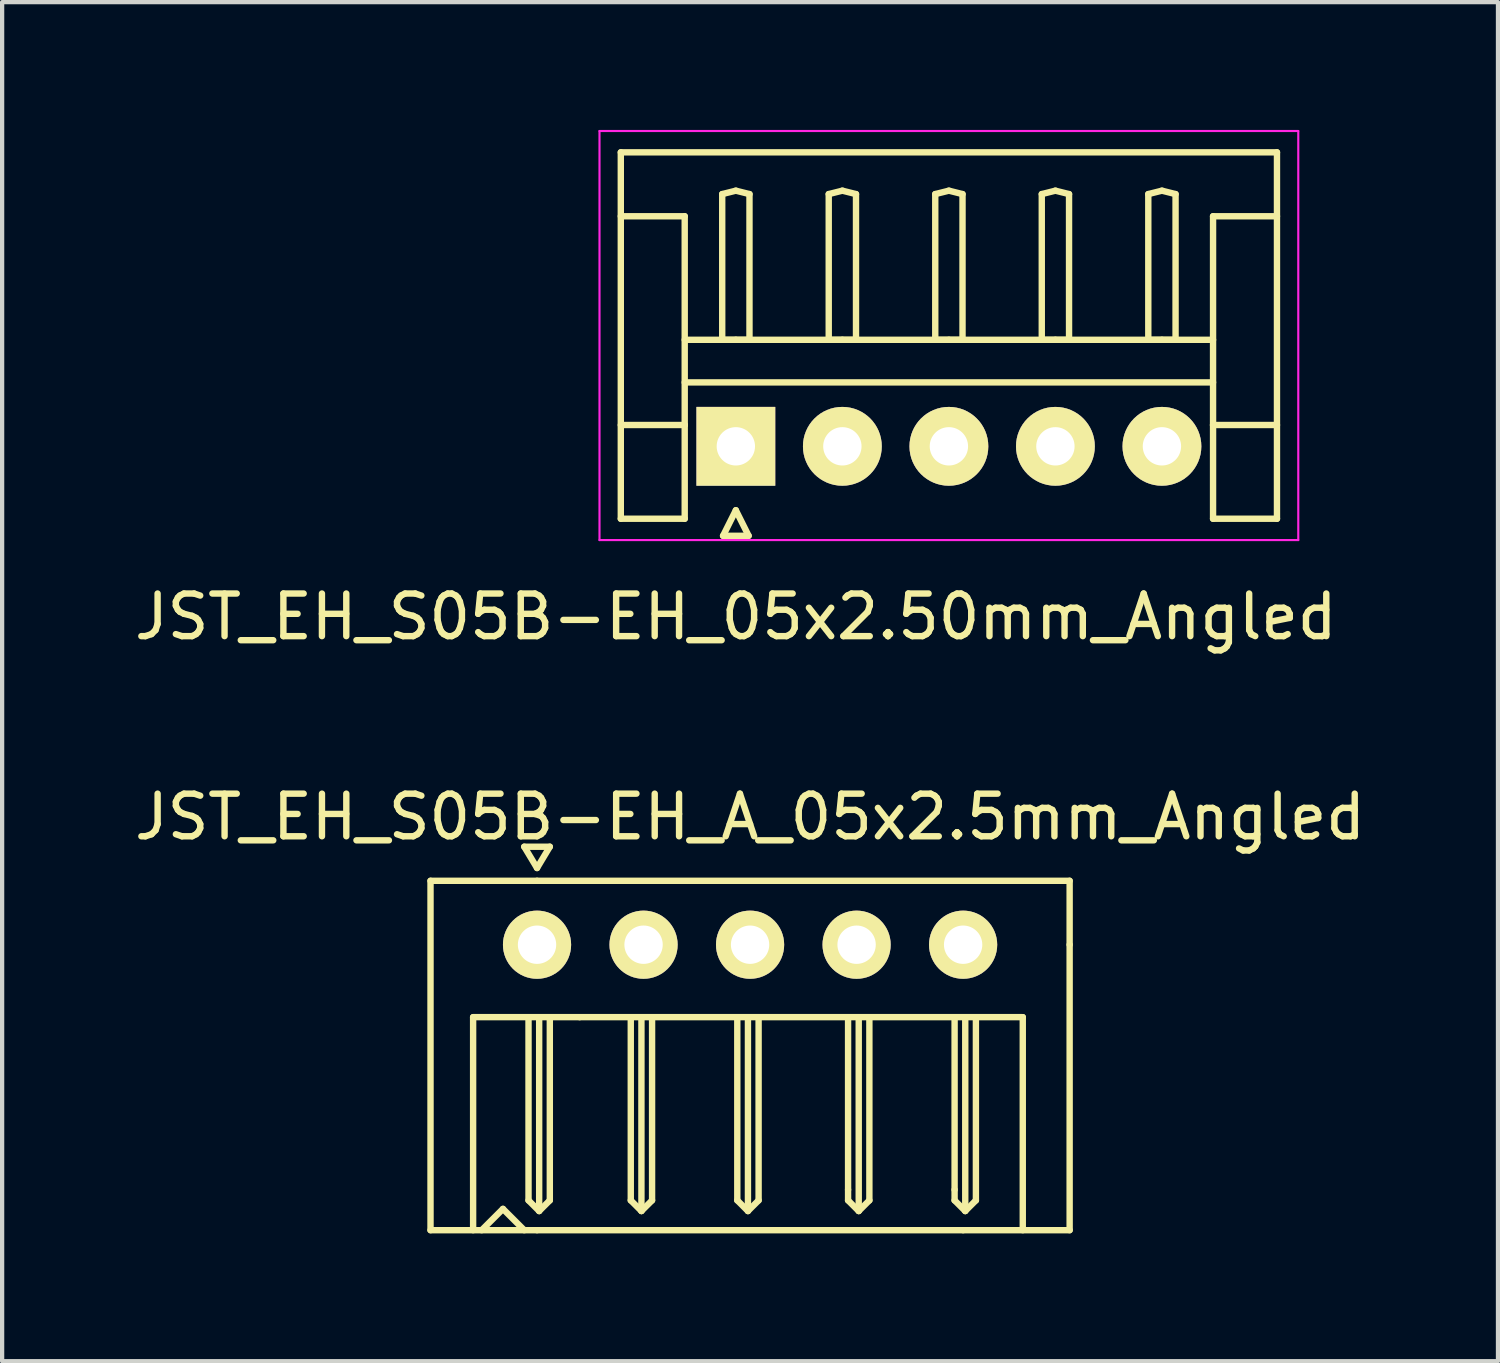
<source format=kicad_pcb>
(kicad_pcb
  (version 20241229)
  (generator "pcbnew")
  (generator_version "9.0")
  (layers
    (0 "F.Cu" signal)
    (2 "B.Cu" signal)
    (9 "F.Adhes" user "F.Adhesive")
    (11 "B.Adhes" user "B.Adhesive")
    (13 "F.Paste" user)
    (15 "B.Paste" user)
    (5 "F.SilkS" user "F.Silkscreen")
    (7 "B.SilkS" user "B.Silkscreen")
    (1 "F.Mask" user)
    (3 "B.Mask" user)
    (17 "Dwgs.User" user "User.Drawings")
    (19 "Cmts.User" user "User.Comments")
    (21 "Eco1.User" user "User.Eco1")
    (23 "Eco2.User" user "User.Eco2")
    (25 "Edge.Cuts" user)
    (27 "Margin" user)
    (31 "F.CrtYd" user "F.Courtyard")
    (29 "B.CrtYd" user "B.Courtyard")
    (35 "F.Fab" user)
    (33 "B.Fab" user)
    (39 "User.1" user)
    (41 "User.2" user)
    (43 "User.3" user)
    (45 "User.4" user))
  (footprint "JST_EH_S05B-EH_05x2.50mm_Angled"
    (layer "F.Cu")
    (at 14.22 7.425)
    (property "Reference" "JST_EH_S05B-EH_05x2.50mm_Angled" (at 0 4 0) (layer "F.SilkS") (effects (font (size 1 1) (thickness 0.15))))
    (attr through_hole)
    (fp_line (start -2.7 -6.9) (end 12.7 -6.9) (stroke (width 0.15) (type solid)) (layer "F.SilkS"))
    (fp_line (start -2.7 -5.4) (end -1.2 -5.4) (stroke (width 0.15) (type solid)) (layer "F.SilkS"))
    (fp_line (start -2.7 1.7) (end -2.7 -6.9) (stroke (width 0.15) (type solid)) (layer "F.SilkS"))
    (fp_line (start -1.2 -5.4) (end -1.2 -0.5) (stroke (width 0.15) (type solid)) (layer "F.SilkS"))
    (fp_line (start -1.2 -2.5) (end 11.2 -2.5) (stroke (width 0.15) (type solid)) (layer "F.SilkS"))
    (fp_line (start -1.2 -1.5) (end 11.2 -1.5) (stroke (width 0.15) (type solid)) (layer "F.SilkS"))
    (fp_line (start -1.2 -0.5) (end -2.7 -0.5) (stroke (width 0.15) (type solid)) (layer "F.SilkS"))
    (fp_line (start -1.2 -0.5) (end -1.2 1.7) (stroke (width 0.15) (type solid)) (layer "F.SilkS"))
    (fp_line (start -1.2 1.7) (end -2.7 1.7) (stroke (width 0.15) (type solid)) (layer "F.SilkS"))
    (fp_line (start -0.32 -5.92) (end 0 -6) (stroke (width 0.15) (type solid)) (layer "F.SilkS"))
    (fp_line (start -0.32 -2.5) (end -0.32 -5.92) (stroke (width 0.15) (type solid)) (layer "F.SilkS"))
    (fp_line (start -0.3 2.1) (end 0.3 2.1) (stroke (width 0.15) (type solid)) (layer "F.SilkS"))
    (fp_line (start 0 -6) (end 0.32 -5.92) (stroke (width 0.15) (type solid)) (layer "F.SilkS"))
    (fp_line (start 0 -2.5) (end -0.32 -2.5) (stroke (width 0.15) (type solid)) (layer "F.SilkS"))
    (fp_line (start 0 1.5) (end -0.3 2.1) (stroke (width 0.15) (type solid)) (layer "F.SilkS"))
    (fp_line (start 0.3 2.1) (end 0 1.5) (stroke (width 0.15) (type solid)) (layer "F.SilkS"))
    (fp_line (start 0.32 -5.92) (end 0.32 -2.5) (stroke (width 0.15) (type solid)) (layer "F.SilkS"))
    (fp_line (start 0.32 -2.5) (end 0 -2.5) (stroke (width 0.15) (type solid)) (layer "F.SilkS"))
    (fp_line (start 2.18 -5.92) (end 2.5 -6) (stroke (width 0.15) (type solid)) (layer "F.SilkS"))
    (fp_line (start 2.18 -2.5) (end 2.18 -5.92) (stroke (width 0.15) (type solid)) (layer "F.SilkS"))
    (fp_line (start 2.5 -6) (end 2.82 -5.92) (stroke (width 0.15) (type solid)) (layer "F.SilkS"))
    (fp_line (start 2.5 -2.5) (end 2.18 -2.5) (stroke (width 0.15) (type solid)) (layer "F.SilkS"))
    (fp_line (start 2.82 -5.92) (end 2.82 -2.5) (stroke (width 0.15) (type solid)) (layer "F.SilkS"))
    (fp_line (start 2.82 -2.5) (end 2.5 -2.5) (stroke (width 0.15) (type solid)) (layer "F.SilkS"))
    (fp_line (start 4.68 -5.92) (end 5 -6) (stroke (width 0.15) (type solid)) (layer "F.SilkS"))
    (fp_line (start 4.68 -2.5) (end 4.68 -5.92) (stroke (width 0.15) (type solid)) (layer "F.SilkS"))
    (fp_line (start 5 -6) (end 5.32 -5.92) (stroke (width 0.15) (type solid)) (layer "F.SilkS"))
    (fp_line (start 5 -2.5) (end 4.68 -2.5) (stroke (width 0.15) (type solid)) (layer "F.SilkS"))
    (fp_line (start 5.32 -5.92) (end 5.32 -2.5) (stroke (width 0.15) (type solid)) (layer "F.SilkS"))
    (fp_line (start 5.32 -2.5) (end 5 -2.5) (stroke (width 0.15) (type solid)) (layer "F.SilkS"))
    (fp_line (start 7.18 -5.92) (end 7.5 -6) (stroke (width 0.15) (type solid)) (layer "F.SilkS"))
    (fp_line (start 7.18 -2.5) (end 7.18 -5.92) (stroke (width 0.15) (type solid)) (layer "F.SilkS"))
    (fp_line (start 7.5 -6) (end 7.82 -5.92) (stroke (width 0.15) (type solid)) (layer "F.SilkS"))
    (fp_line (start 7.5 -2.5) (end 7.18 -2.5) (stroke (width 0.15) (type solid)) (layer "F.SilkS"))
    (fp_line (start 7.82 -5.92) (end 7.82 -2.5) (stroke (width 0.15) (type solid)) (layer "F.SilkS"))
    (fp_line (start 7.82 -2.5) (end 7.5 -2.5) (stroke (width 0.15) (type solid)) (layer "F.SilkS"))
    (fp_line (start 9.68 -5.92) (end 10 -6) (stroke (width 0.15) (type solid)) (layer "F.SilkS"))
    (fp_line (start 9.68 -2.5) (end 9.68 -5.92) (stroke (width 0.15) (type solid)) (layer "F.SilkS"))
    (fp_line (start 10 -6) (end 10.32 -5.92) (stroke (width 0.15) (type solid)) (layer "F.SilkS"))
    (fp_line (start 10 -2.5) (end 9.68 -2.5) (stroke (width 0.15) (type solid)) (layer "F.SilkS"))
    (fp_line (start 10.32 -5.92) (end 10.32 -2.5) (stroke (width 0.15) (type solid)) (layer "F.SilkS"))
    (fp_line (start 10.32 -2.5) (end 10 -2.5) (stroke (width 0.15) (type solid)) (layer "F.SilkS"))
    (fp_line (start 11.2 -5.4) (end 11.2 -0.5) (stroke (width 0.15) (type solid)) (layer "F.SilkS"))
    (fp_line (start 11.2 -0.5) (end 12.7 -0.5) (stroke (width 0.15) (type solid)) (layer "F.SilkS"))
    (fp_line (start 11.2 1.7) (end 11.2 -0.5) (stroke (width 0.15) (type solid)) (layer "F.SilkS"))
    (fp_line (start 12.7 -6.9) (end 12.7 1.7) (stroke (width 0.15) (type solid)) (layer "F.SilkS"))
    (fp_line (start 12.7 -5.4) (end 11.2 -5.4) (stroke (width 0.15) (type solid)) (layer "F.SilkS"))
    (fp_line (start 12.7 1.7) (end 11.2 1.7) (stroke (width 0.15) (type solid)) (layer "F.SilkS"))
    (fp_line (start -3.2 -7.4) (end -3.2 2.2) (stroke (width 0.05) (type solid)) (layer "F.CrtYd"))
    (fp_line (start -3.2 2.2) (end 13.2 2.2) (stroke (width 0.05) (type solid)) (layer "F.CrtYd"))
    (fp_line (start 13.2 -7.4) (end -3.2 -7.4) (stroke (width 0.05) (type solid)) (layer "F.CrtYd"))
    (fp_line (start 13.2 2.2) (end 13.2 -7.4) (stroke (width 0.05) (type solid)) (layer "F.CrtYd"))
    (pad "1" thru_hole rect (at 0 0) (size 1.85 1.85) (drill 0.9) (layers "*.Cu" "*.Mask" "F.SilkS"))
    (pad "2" thru_hole circle (at 2.5 0) (size 1.85 1.85) (drill 0.9) (layers "*.Cu" "*.Mask" "F.SilkS"))
    (pad "3" thru_hole circle (at 5 0) (size 1.85 1.85) (drill 0.9) (layers "*.Cu" "*.Mask" "F.SilkS"))
    (pad "4" thru_hole circle (at 7.5 0) (size 1.85 1.85) (drill 0.9) (layers "*.Cu" "*.Mask" "F.SilkS"))
    (pad "5" thru_hole circle (at 10 0) (size 1.85 1.85) (drill 0.9) (layers "*.Cu" "*.Mask" "F.SilkS")))
  (footprint "JST_EH_S05B-EH_A_05x2.5mm_Angled"
    (layer "F.Cu")
    (at 14.554 19.122)
    (property "Reference" "JST_EH_S05B-EH_A_05x2.5mm_Angled" (at 0 -3 0) (layer "F.SilkS") (effects (font (size 1 1) (thickness 0.15))))
    (attr through_hole)
    (fp_line (start -7.5 -1.5) (end -7.5 6.7) (stroke (width 0.15) (type solid)) (layer "F.SilkS"))
    (fp_line (start -7.5 6.7) (end -5 6.7) (stroke (width 0.15) (type solid)) (layer "F.SilkS"))
    (fp_line (start -6.5 1.7) (end -6.5 6.7) (stroke (width 0.15) (type solid)) (layer "F.SilkS"))
    (fp_line (start -6.5 1.7) (end -4 1.7) (stroke (width 0.15) (type solid)) (layer "F.SilkS"))
    (fp_line (start -5.8 6.2) (end -6.3 6.7) (stroke (width 0.15) (type solid)) (layer "F.SilkS"))
    (fp_line (start -5.8 6.2) (end -5.3 6.7) (stroke (width 0.15) (type solid)) (layer "F.SilkS"))
    (fp_line (start -5.3 -2.3) (end -5 -1.8) (stroke (width 0.15) (type solid)) (layer "F.SilkS"))
    (fp_line (start -5.2 6) (end -5.2 1.75) (stroke (width 0.15) (type solid)) (layer "F.SilkS"))
    (fp_line (start -5 -1.8) (end -4.7 -2.3) (stroke (width 0.15) (type solid)) (layer "F.SilkS"))
    (fp_line (start -5 -1.5) (end -7.5 -1.5) (stroke (width 0.15) (type solid)) (layer "F.SilkS"))
    (fp_line (start -5 6.7) (end 5 6.7) (stroke (width 0.15) (type solid)) (layer "F.SilkS"))
    (fp_line (start -4.95 6.25) (end -5.2 6) (stroke (width 0.15) (type solid)) (layer "F.SilkS"))
    (fp_line (start -4.95 6.25) (end -4.95 1.75) (stroke (width 0.15) (type solid)) (layer "F.SilkS"))
    (fp_line (start -4.7 -2.3) (end -5.3 -2.3) (stroke (width 0.15) (type solid)) (layer "F.SilkS"))
    (fp_line (start -4.7 1.75) (end -4.7 6) (stroke (width 0.15) (type solid)) (layer "F.SilkS"))
    (fp_line (start -4.7 6) (end -4.95 6.25) (stroke (width 0.15) (type solid)) (layer "F.SilkS"))
    (fp_line (start -4 1.7) (end 6.4 1.7) (stroke (width 0.15) (type solid)) (layer "F.SilkS"))
    (fp_line (start -2.8 6) (end -2.8 1.75) (stroke (width 0.15) (type solid)) (layer "F.SilkS"))
    (fp_line (start -2.55 6.25) (end -2.8 6) (stroke (width 0.15) (type solid)) (layer "F.SilkS"))
    (fp_line (start -2.55 6.25) (end -2.55 1.75) (stroke (width 0.15) (type solid)) (layer "F.SilkS"))
    (fp_line (start -2.3 1.75) (end -2.3 6) (stroke (width 0.15) (type solid)) (layer "F.SilkS"))
    (fp_line (start -2.3 6) (end -2.55 6.25) (stroke (width 0.15) (type solid)) (layer "F.SilkS"))
    (fp_line (start -0.3 6) (end -0.3 1.75) (stroke (width 0.15) (type solid)) (layer "F.SilkS"))
    (fp_line (start -0.05 1.75) (end -0.05 6.25) (stroke (width 0.15) (type solid)) (layer "F.SilkS"))
    (fp_line (start -0.05 6.25) (end -0.3 6) (stroke (width 0.15) (type solid)) (layer "F.SilkS"))
    (fp_line (start 0.2 1.75) (end 0.2 6) (stroke (width 0.15) (type solid)) (layer "F.SilkS"))
    (fp_line (start 0.2 6) (end -0.05 6.25) (stroke (width 0.15) (type solid)) (layer "F.SilkS"))
    (fp_line (start 2.3 1.75) (end 2.3 5.75) (stroke (width 0.15) (type solid)) (layer "F.SilkS"))
    (fp_line (start 2.3 5.75) (end 2.3 6) (stroke (width 0.15) (type solid)) (layer "F.SilkS"))
    (fp_line (start 2.3 6) (end 2.55 6.25) (stroke (width 0.15) (type solid)) (layer "F.SilkS"))
    (fp_line (start 2.55 6.25) (end 2.55 1.75) (stroke (width 0.15) (type solid)) (layer "F.SilkS"))
    (fp_line (start 2.55 6.25) (end 2.8 6) (stroke (width 0.15) (type solid)) (layer "F.SilkS"))
    (fp_line (start 2.8 6) (end 2.8 1.75) (stroke (width 0.15) (type solid)) (layer "F.SilkS"))
    (fp_line (start 4.8 1.75) (end 4.8 5.75) (stroke (width 0.15) (type solid)) (layer "F.SilkS"))
    (fp_line (start 4.8 5.75) (end 4.8 6) (stroke (width 0.15) (type solid)) (layer "F.SilkS"))
    (fp_line (start 4.8 6) (end 5.05 6.25) (stroke (width 0.15) (type solid)) (layer "F.SilkS"))
    (fp_line (start 5 6.7) (end 7.5 6.7) (stroke (width 0.15) (type solid)) (layer "F.SilkS"))
    (fp_line (start 5.05 6.25) (end 5.05 1.75) (stroke (width 0.15) (type solid)) (layer "F.SilkS"))
    (fp_line (start 5.05 6.25) (end 5.3 6) (stroke (width 0.15) (type solid)) (layer "F.SilkS"))
    (fp_line (start 5.3 6) (end 5.3 1.75) (stroke (width 0.15) (type solid)) (layer "F.SilkS"))
    (fp_line (start 6.4 1.7) (end 6.4 6.7) (stroke (width 0.15) (type solid)) (layer "F.SilkS"))
    (fp_line (start 7.5 -1.5) (end -5 -1.5) (stroke (width 0.15) (type solid)) (layer "F.SilkS"))
    (fp_line (start 7.5 -1.5) (end 7.5 0) (stroke (width 0.15) (type solid)) (layer "F.SilkS"))
    (fp_line (start 7.5 6.7) (end 7.5 0) (stroke (width 0.15) (type solid)) (layer "F.SilkS"))
    (pad "1" thru_hole circle (at -5 0) (size 1.6 1.6) (drill 0.9) (layers "*.Cu" "*.Mask" "F.SilkS"))
    (pad "2" thru_hole circle (at -2.5 0) (size 1.6 1.6) (drill 0.9) (layers "*.Cu" "*.Mask" "F.SilkS"))
    (pad "3" thru_hole circle (at 0 0) (size 1.6 1.6) (drill 0.9) (layers "*.Cu" "*.Mask" "F.SilkS"))
    (pad "4" thru_hole circle (at 2.5 0) (size 1.6 1.6) (drill 0.9) (layers "*.Cu" "*.Mask" "F.SilkS"))
    (pad "5" thru_hole circle (at 5 0) (size 1.6 1.6) (drill 0.9) (layers "*.Cu" "*.Mask" "F.SilkS")))
  (gr_rect
    (start -3 -3)
    (end 32.107 28.896)
    (stroke (width 0.1) (type default))
    (fill no)
    (layer "Edge.Cuts")))
</source>
